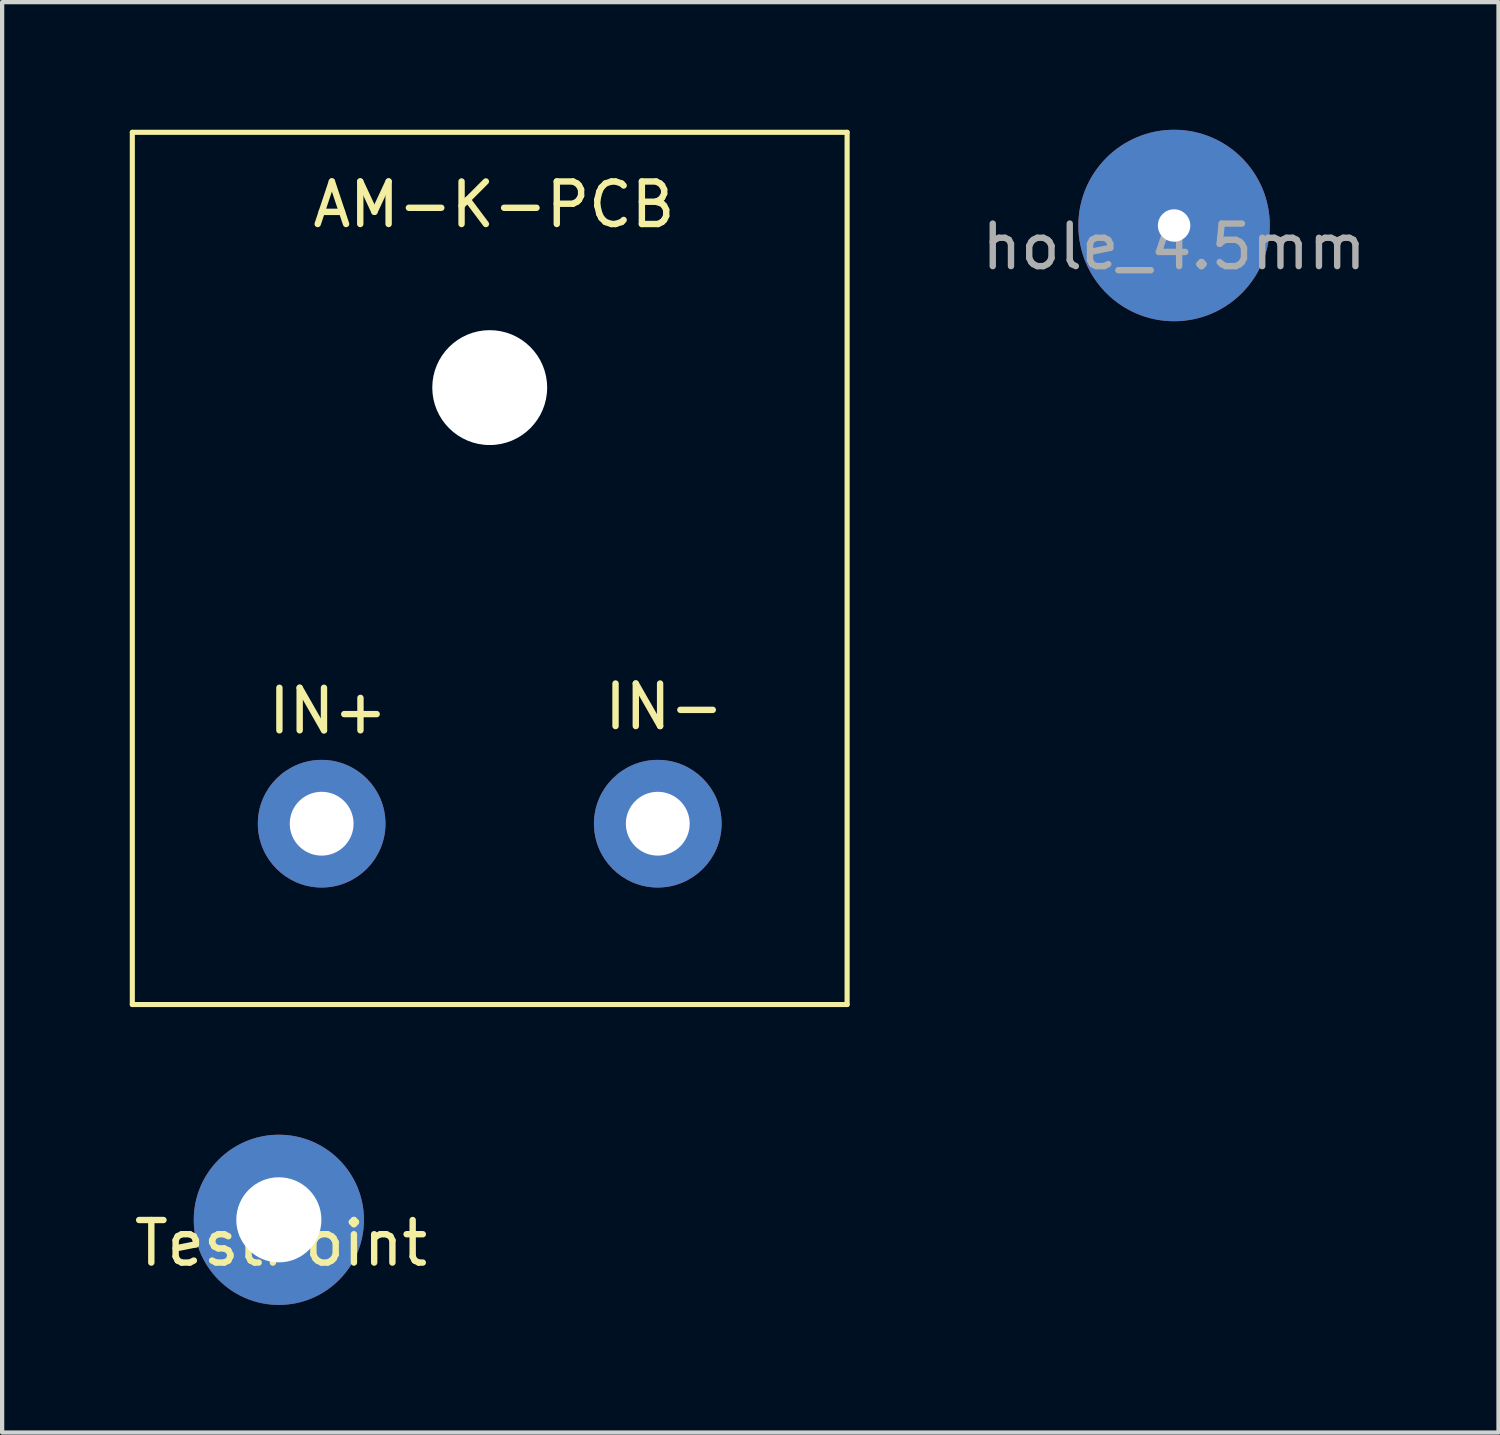
<source format=kicad_pcb>
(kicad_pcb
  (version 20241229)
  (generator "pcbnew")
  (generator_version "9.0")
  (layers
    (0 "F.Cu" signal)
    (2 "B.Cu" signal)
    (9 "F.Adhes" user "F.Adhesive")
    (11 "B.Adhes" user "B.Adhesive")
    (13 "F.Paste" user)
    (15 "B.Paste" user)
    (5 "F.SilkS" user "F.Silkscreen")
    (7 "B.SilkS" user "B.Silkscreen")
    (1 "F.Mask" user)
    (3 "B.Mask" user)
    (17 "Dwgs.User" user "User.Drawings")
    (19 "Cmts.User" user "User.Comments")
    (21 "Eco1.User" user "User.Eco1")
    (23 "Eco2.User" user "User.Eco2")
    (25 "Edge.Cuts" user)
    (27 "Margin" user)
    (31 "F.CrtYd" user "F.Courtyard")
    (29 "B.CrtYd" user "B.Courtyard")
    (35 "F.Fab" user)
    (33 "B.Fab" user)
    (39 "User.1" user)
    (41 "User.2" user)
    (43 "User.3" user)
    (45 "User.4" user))
  (footprint "TestPoint"
    (layer "F.Cu")
    (at 3.554 25.67)
    (property "Reference" "TestPoint" (at 0 0.5 0) (layer "F.SilkS") (effects (font (size 1 1) (thickness 0.15))))
    (attr through_hole)
    (pad "1" thru_hole circle (at -0.05 -0.05) (size 4 4) (drill 2) (layers "*.Cu" "*.Mask")))
  (footprint "hole_4.5mm"
    (layer "F.Cu")
    (at 24.545 2.25)
    (property "Reference" "hole_4.5mm" (at 0 0.5 0) (layer "F.Fab") (effects (font (size 1 1) (thickness 0.15))))
    (attr through_hole)
    (pad "" np_thru_hole circle (at 0 0) (size 4.5 4.5) (drill 0.762) (layers "*.Cu" "*.Mask")))
  (footprint "AM-K-PCB"
    (layer "F.Cu")
    (at 8.46 2.06)
    (property "Reference" "AM-K-PCB" (at 0.1 -0.3 0) (layer "F.SilkS") (effects (font (size 1 1) (thickness 0.15))))
    (attr through_hole)
    (fp_line (start -8.4 -2) (end -8.4 18.5) (stroke (width 0.12) (type solid)) (layer "F.SilkS"))
    (fp_line (start -8.4 -2) (end 8.4 -2) (stroke (width 0.12) (type solid)) (layer "F.SilkS"))
    (fp_line (start -8.4 18.5) (end 8.4 18.5) (stroke (width 0.12) (type solid)) (layer "F.SilkS"))
    (fp_line (start 8.4 18.5) (end 8.4 -2) (stroke (width 0.12) (type solid)) (layer "F.SilkS"))
    (fp_text user "IN-" (at 4.1 11.5 0) (layer "F.SilkS") (effects (font (size 1 1) (thickness 0.15))))
    (fp_text user "IN+" (at -3.8 11.6 0) (layer "F.SilkS") (effects (font (size 1 1) (thickness 0.15))))
    (pad "" np_thru_hole circle (at 0 4) (size 2.7 2.7) (drill 2.7) (layers "*.Cu" "*.Mask"))
    (pad "1" thru_hole circle (at 3.95 14.25) (size 3 3) (drill 1.5) (layers "*.Cu" "*.Mask"))
    (pad "2" thru_hole circle (at -3.95 14.25) (size 3 3) (drill 1.5) (layers "*.Cu" "*.Mask")))
  (gr_rect
    (start -3 -3)
    (end 32.17 30.62)
    (stroke (width 0.1) (type default))
    (fill no)
    (layer "Edge.Cuts")))
</source>
